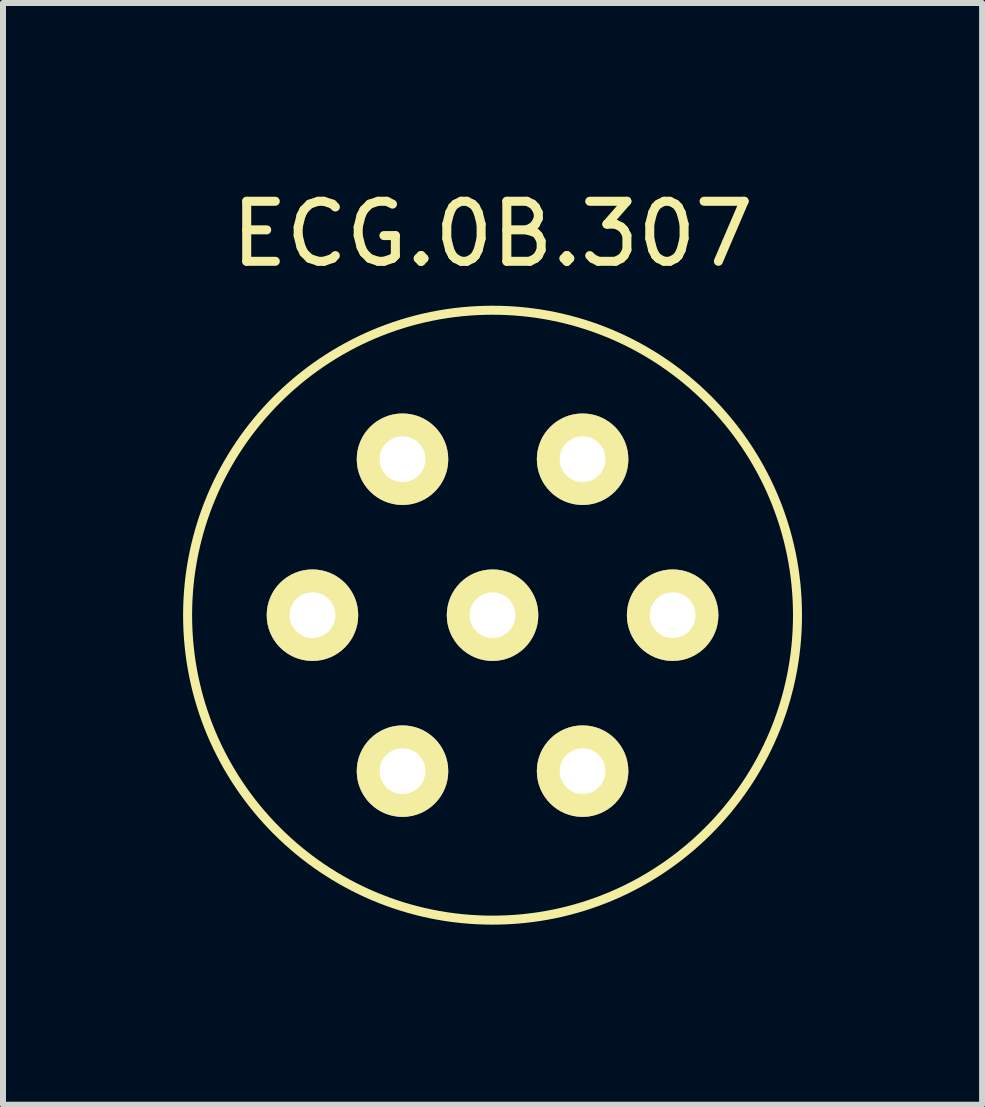
<source format=kicad_pcb>
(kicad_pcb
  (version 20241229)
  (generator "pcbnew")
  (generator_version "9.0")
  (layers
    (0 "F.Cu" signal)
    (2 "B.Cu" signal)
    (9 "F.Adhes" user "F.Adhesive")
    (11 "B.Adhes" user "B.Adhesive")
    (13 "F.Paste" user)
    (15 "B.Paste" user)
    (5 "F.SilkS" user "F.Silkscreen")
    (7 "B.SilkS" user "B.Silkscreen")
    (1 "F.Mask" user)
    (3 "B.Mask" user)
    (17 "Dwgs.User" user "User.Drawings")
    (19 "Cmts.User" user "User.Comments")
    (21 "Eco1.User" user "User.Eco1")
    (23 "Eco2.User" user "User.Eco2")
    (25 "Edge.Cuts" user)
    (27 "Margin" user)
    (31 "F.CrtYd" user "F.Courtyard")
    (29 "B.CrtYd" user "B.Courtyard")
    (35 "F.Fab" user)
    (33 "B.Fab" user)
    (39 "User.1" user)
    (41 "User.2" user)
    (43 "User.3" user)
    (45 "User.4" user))
  (footprint "ECG.0B.307"
    (layer "F.Cu")
    (at 5.155 7.198)
    (property "Reference" "ECG.0B.307" (at 0 -6.35 0) (layer "F.SilkS") (effects (font (size 1 1) (thickness 0.15))))
    (attr through_hole)
    (fp_circle (center 0 0) (end 5.08 0) (stroke (width 0.15) (type solid)) (fill no) (layer "F.SilkS"))
    (pad "1" thru_hole circle (at 0 0) (size 1.524 1.524) (drill 0.762) (layers "*.Cu" "*.Mask" "F.SilkS"))
    (pad "2" thru_hole circle (at 3 0) (size 1.524 1.524) (drill 0.762) (layers "*.Cu" "*.Mask" "F.SilkS"))
    (pad "3" thru_hole circle (at 1.5 -2.598) (size 1.524 1.524) (drill 0.762) (layers "*.Cu" "*.Mask" "F.SilkS"))
    (pad "4" thru_hole circle (at -1.5 -2.598) (size 1.524 1.524) (drill 0.762) (layers "*.Cu" "*.Mask" "F.SilkS"))
    (pad "5" thru_hole circle (at -3 0) (size 1.524 1.524) (drill 0.762) (layers "*.Cu" "*.Mask" "F.SilkS"))
    (pad "6" thru_hole circle (at -1.5 2.598) (size 1.524 1.524) (drill 0.762) (layers "*.Cu" "*.Mask" "F.SilkS"))
    (pad "7" thru_hole circle (at 1.5 2.598) (size 1.524 1.524) (drill 0.762) (layers "*.Cu" "*.Mask" "F.SilkS")))
  (gr_rect
    (start -3 -3)
    (end 13.31 15.353)
    (stroke (width 0.1) (type default))
    (fill no)
    (layer "Edge.Cuts")))
</source>
